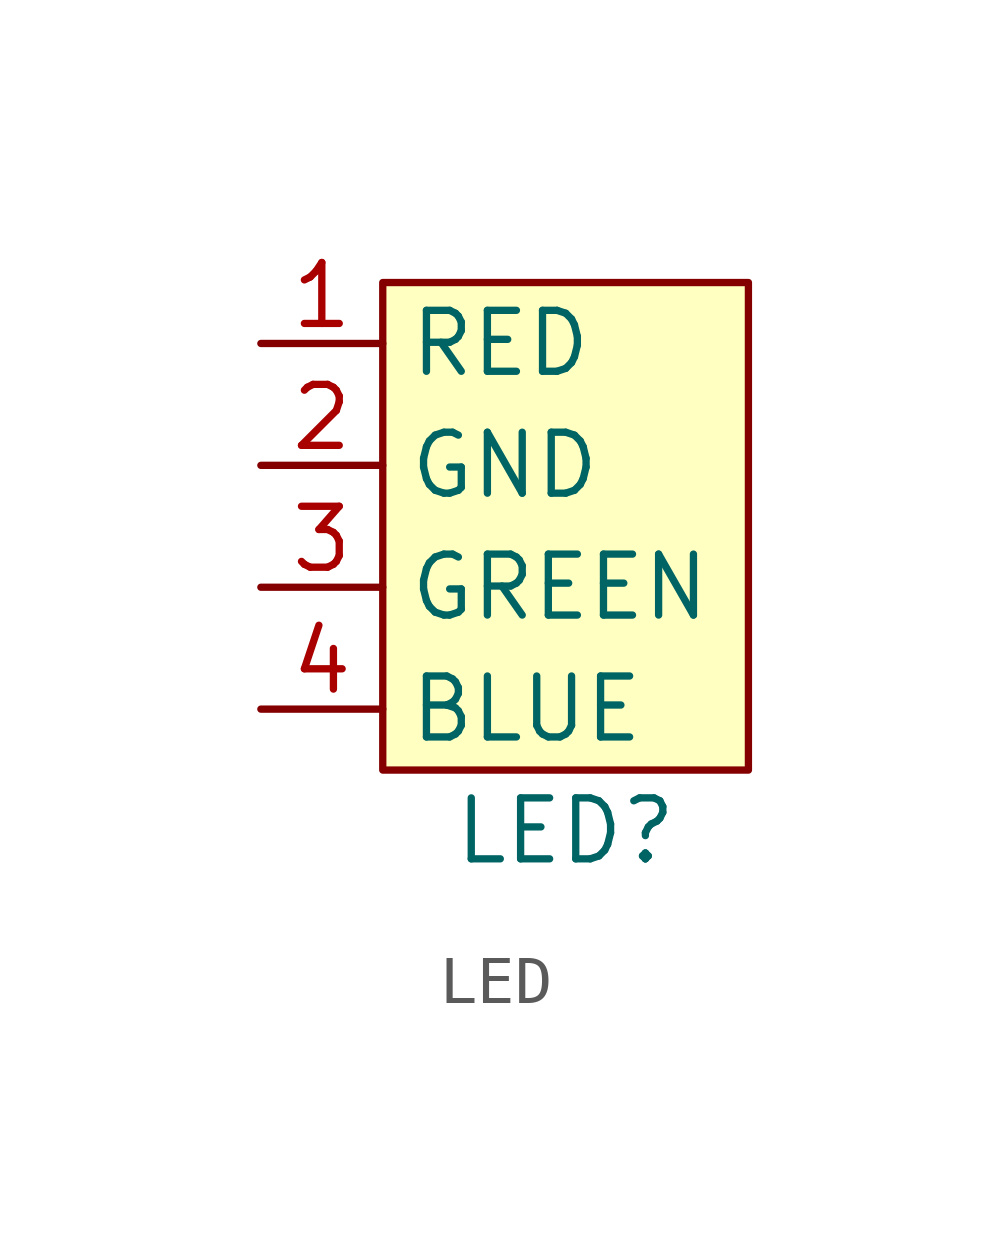
<source format=kicad_sym>
(kicad_symbol_lib
  (version 20220914)
  (generator kicad_symbol_editor)
  (symbol "LED"
    (property "Reference" "LED"
      (at 3.81 -6.35 0)
      (effects (font (size 1.27 1.27))))
    (property "Value" ""
      (at 0 0 0)
      (effects (font (size 1.27 1.27))))
    (symbol "LED_1_1"
      (rectangle (start 0 5.08) (end 7.62 -5.08) (stroke (width 0) (type default)) (fill (type background)))
      (pin input line (at -2.54 3.81 0) (length 2.54) (name "RED" (effects (font (size 1.27 1.27)))) (number "1" (effects (font (size 1.27 1.27)))))
      (pin input line (at -2.54 1.27 0) (length 2.54) (name "GND" (effects (font (size 1.27 1.27)))) (number "2" (effects (font (size 1.27 1.27)))))
      (pin input line (at -2.54 -1.27 0) (length 2.54) (name "GREEN" (effects (font (size 1.27 1.27)))) (number "3" (effects (font (size 1.27 1.27)))))
      (pin input line (at -2.54 -3.81 0) (length 2.54) (name "BLUE" (effects (font (size 1.27 1.27)))) (number "4" (effects (font (size 1.27 1.27))))))))
</source>
